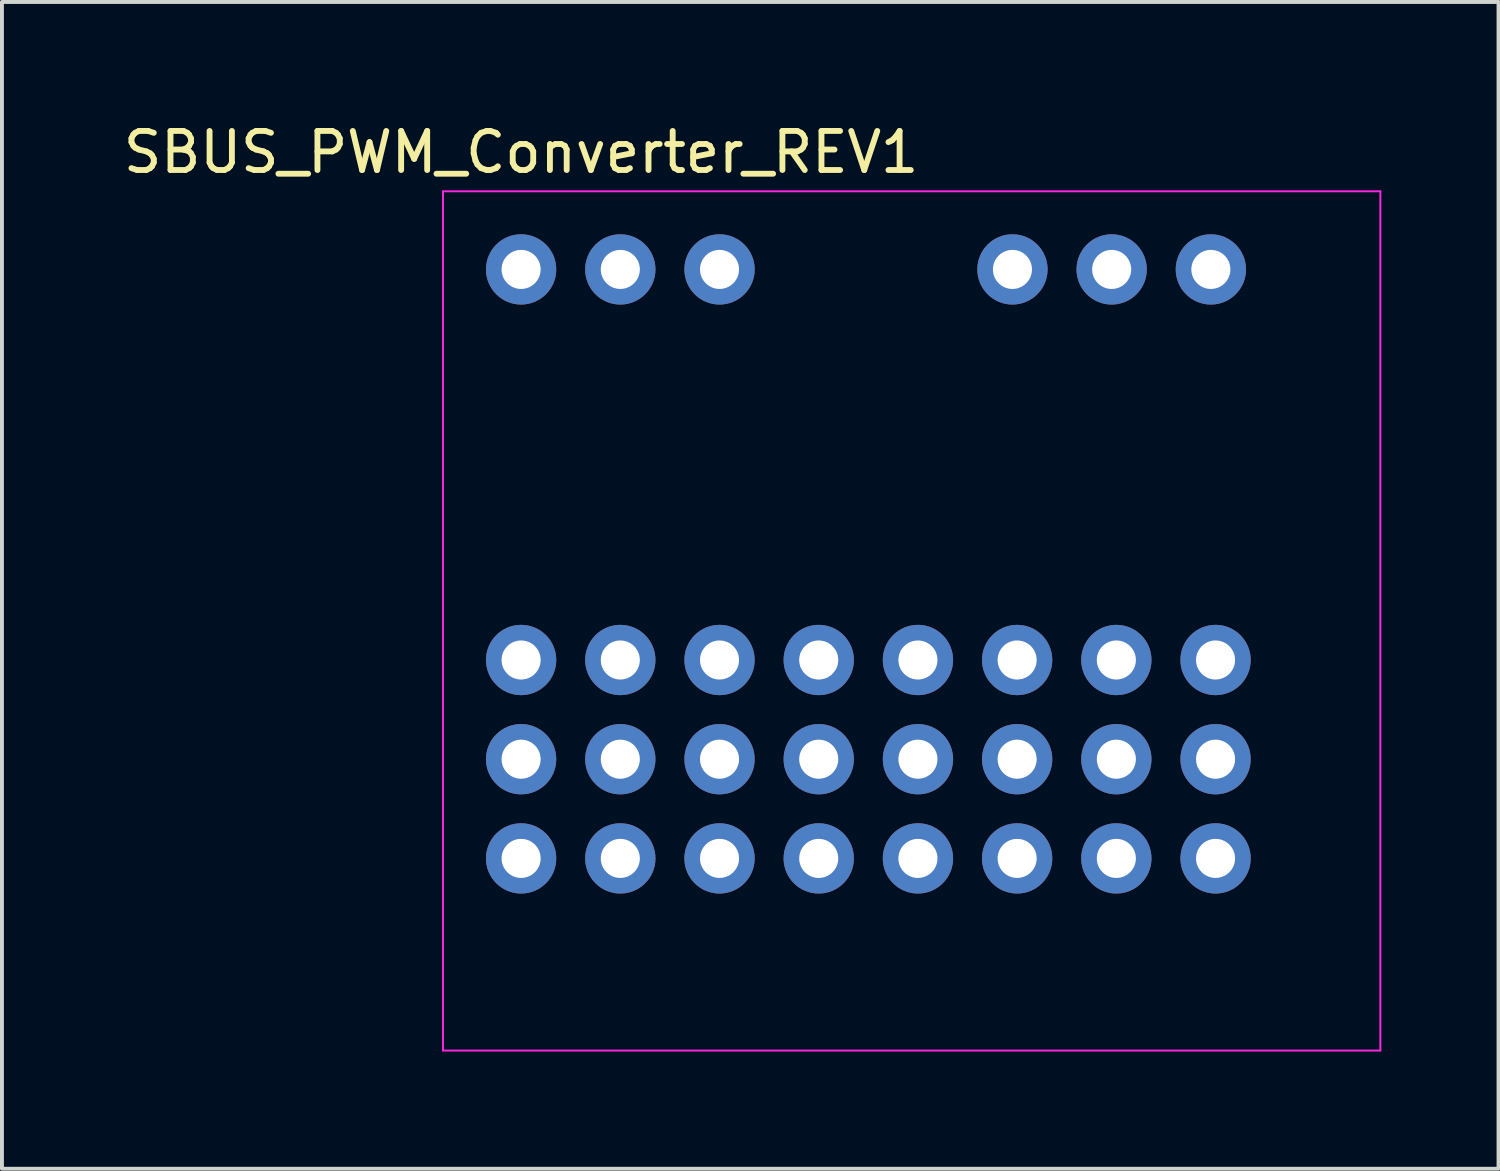
<source format=kicad_pcb>
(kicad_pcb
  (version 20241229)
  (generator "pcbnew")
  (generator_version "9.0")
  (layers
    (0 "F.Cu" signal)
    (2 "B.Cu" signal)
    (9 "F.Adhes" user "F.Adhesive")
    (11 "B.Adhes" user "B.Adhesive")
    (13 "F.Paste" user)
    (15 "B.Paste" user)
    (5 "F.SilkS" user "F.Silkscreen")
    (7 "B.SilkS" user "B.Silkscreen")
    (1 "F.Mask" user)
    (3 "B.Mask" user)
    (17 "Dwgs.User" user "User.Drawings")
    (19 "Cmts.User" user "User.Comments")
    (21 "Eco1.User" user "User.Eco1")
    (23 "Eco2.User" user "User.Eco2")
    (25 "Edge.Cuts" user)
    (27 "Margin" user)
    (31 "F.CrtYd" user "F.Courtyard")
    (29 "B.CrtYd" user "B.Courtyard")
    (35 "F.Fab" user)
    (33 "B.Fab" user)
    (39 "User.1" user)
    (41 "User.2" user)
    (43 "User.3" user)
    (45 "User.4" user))
  (footprint "SBUS_PWM_Converter_REV1"
    (layer "F.Cu")
    (at 10.292 3.848)
    (property "Reference" "SBUS_PWM_Converter_REV1" (at 0 -3 0) (layer "F.SilkS") (effects (font (size 1 1) (thickness 0.15))))
    (attr through_hole)
    (fp_line (start -2 -2) (end 22 -2) (stroke (width 0.05) (type solid)) (layer "F.CrtYd"))
    (fp_line (start -2 20) (end -2 -2) (stroke (width 0.05) (type solid)) (layer "F.CrtYd"))
    (fp_line (start 22 -2) (end 22 20) (stroke (width 0.05) (type solid)) (layer "F.CrtYd"))
    (fp_line (start 22 20) (end -2 20) (stroke (width 0.05) (type solid)) (layer "F.CrtYd"))
    (pad "1" thru_hole circle (at 0 0) (size 1.8 1.8) (drill 1) (layers "*.Cu" "*.Mask"))
    (pad "2" thru_hole circle (at 2.54 0) (size 1.8 1.8) (drill 1) (layers "*.Cu" "*.Mask"))
    (pad "3" thru_hole circle (at 5.08 0) (size 1.8 1.8) (drill 1) (layers "*.Cu" "*.Mask"))
    (pad "4" thru_hole circle (at 12.58 0) (size 1.8 1.8) (drill 1) (layers "*.Cu" "*.Mask"))
    (pad "5" thru_hole circle (at 15.12 0) (size 1.8 1.8) (drill 1) (layers "*.Cu" "*.Mask"))
    (pad "6" thru_hole circle (at 17.66 0) (size 1.8 1.8) (drill 1) (layers "*.Cu" "*.Mask"))
    (pad "7" thru_hole circle (at 0 10) (size 1.8 1.8) (drill 1) (layers "*.Cu" "*.Mask"))
    (pad "8" thru_hole circle (at 2.54 10) (size 1.8 1.8) (drill 1) (layers "*.Cu" "*.Mask"))
    (pad "9" thru_hole circle (at 5.08 10) (size 1.8 1.8) (drill 1) (layers "*.Cu" "*.Mask"))
    (pad "10" thru_hole circle (at 7.62 10) (size 1.8 1.8) (drill 1) (layers "*.Cu" "*.Mask"))
    (pad "11" thru_hole circle (at 10.16 10) (size 1.8 1.8) (drill 1) (layers "*.Cu" "*.Mask"))
    (pad "12" thru_hole circle (at 12.7 10) (size 1.8 1.8) (drill 1) (layers "*.Cu" "*.Mask"))
    (pad "13" thru_hole circle (at 15.24 10) (size 1.8 1.8) (drill 1) (layers "*.Cu" "*.Mask"))
    (pad "14" thru_hole circle (at 17.78 10) (size 1.8 1.8) (drill 1) (layers "*.Cu" "*.Mask"))
    (pad "15" thru_hole circle (at 0 12.54) (size 1.8 1.8) (drill 1) (layers "*.Cu" "*.Mask"))
    (pad "16" thru_hole circle (at 2.54 12.54) (size 1.8 1.8) (drill 1) (layers "*.Cu" "*.Mask"))
    (pad "17" thru_hole circle (at 5.08 12.54) (size 1.8 1.8) (drill 1) (layers "*.Cu" "*.Mask"))
    (pad "18" thru_hole circle (at 7.62 12.54) (size 1.8 1.8) (drill 1) (layers "*.Cu" "*.Mask"))
    (pad "19" thru_hole circle (at 10.16 12.54) (size 1.8 1.8) (drill 1) (layers "*.Cu" "*.Mask"))
    (pad "20" thru_hole circle (at 12.7 12.54) (size 1.8 1.8) (drill 1) (layers "*.Cu" "*.Mask"))
    (pad "21" thru_hole circle (at 15.24 12.54) (size 1.8 1.8) (drill 1) (layers "*.Cu" "*.Mask"))
    (pad "22" thru_hole circle (at 17.78 12.54) (size 1.8 1.8) (drill 1) (layers "*.Cu" "*.Mask"))
    (pad "23" thru_hole circle (at 0 15.08) (size 1.8 1.8) (drill 1) (layers "*.Cu" "*.Mask"))
    (pad "24" thru_hole circle (at 2.54 15.08) (size 1.8 1.8) (drill 1) (layers "*.Cu" "*.Mask"))
    (pad "25" thru_hole circle (at 5.08 15.08) (size 1.8 1.8) (drill 1) (layers "*.Cu" "*.Mask"))
    (pad "26" thru_hole circle (at 7.62 15.08) (size 1.8 1.8) (drill 1) (layers "*.Cu" "*.Mask"))
    (pad "27" thru_hole circle (at 10.16 15.08) (size 1.8 1.8) (drill 1) (layers "*.Cu" "*.Mask"))
    (pad "28" thru_hole circle (at 12.7 15.08) (size 1.8 1.8) (drill 1) (layers "*.Cu" "*.Mask"))
    (pad "29" thru_hole circle (at 15.24 15.08) (size 1.8 1.8) (drill 1) (layers "*.Cu" "*.Mask"))
    (pad "30" thru_hole circle (at 17.78 15.08) (size 1.8 1.8) (drill 1) (layers "*.Cu" "*.Mask")))
  (gr_rect
    (start -3 -3)
    (end 35.317 26.873)
    (stroke (width 0.1) (type default))
    (fill no)
    (layer "Edge.Cuts")))
</source>
